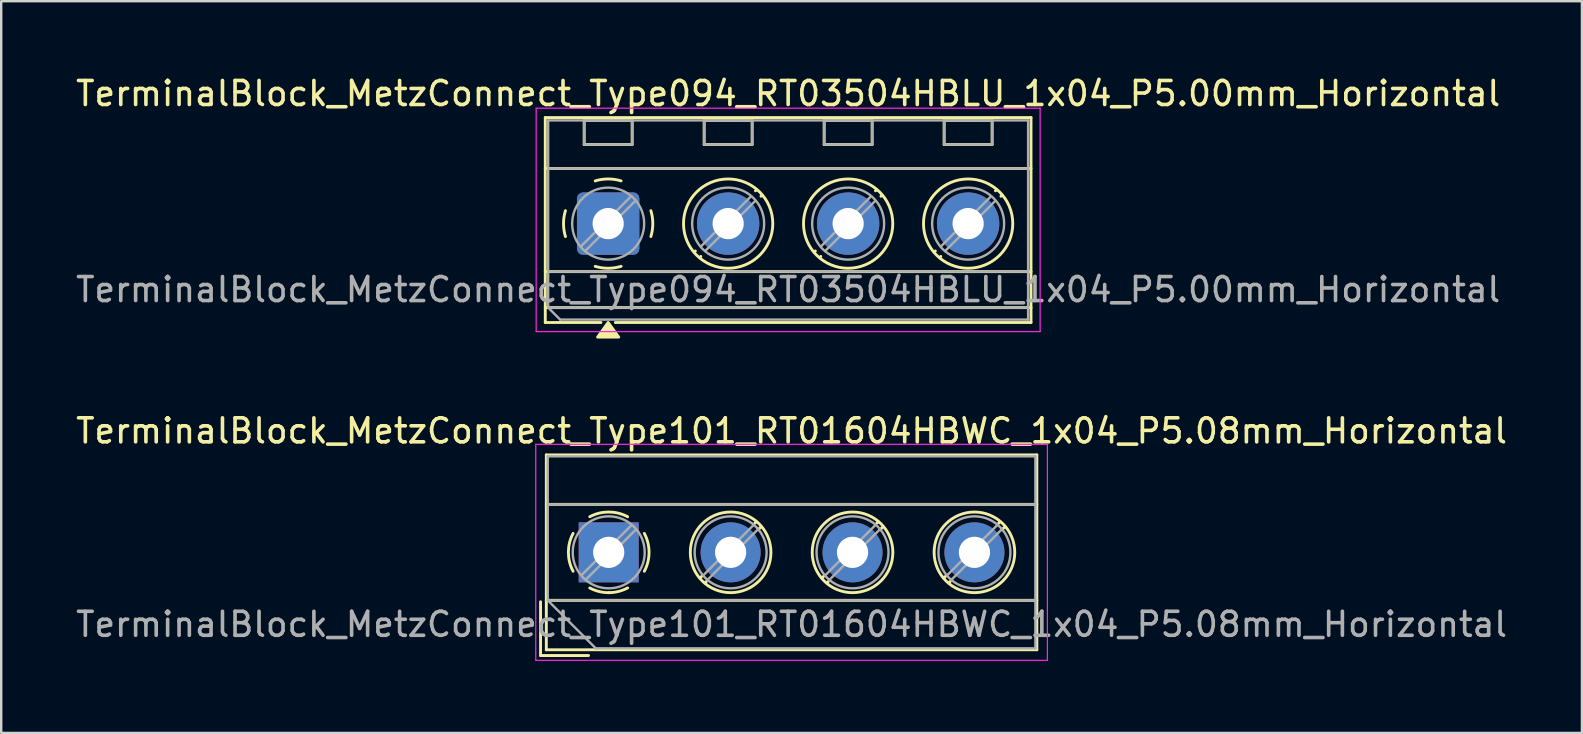
<source format=kicad_pcb>
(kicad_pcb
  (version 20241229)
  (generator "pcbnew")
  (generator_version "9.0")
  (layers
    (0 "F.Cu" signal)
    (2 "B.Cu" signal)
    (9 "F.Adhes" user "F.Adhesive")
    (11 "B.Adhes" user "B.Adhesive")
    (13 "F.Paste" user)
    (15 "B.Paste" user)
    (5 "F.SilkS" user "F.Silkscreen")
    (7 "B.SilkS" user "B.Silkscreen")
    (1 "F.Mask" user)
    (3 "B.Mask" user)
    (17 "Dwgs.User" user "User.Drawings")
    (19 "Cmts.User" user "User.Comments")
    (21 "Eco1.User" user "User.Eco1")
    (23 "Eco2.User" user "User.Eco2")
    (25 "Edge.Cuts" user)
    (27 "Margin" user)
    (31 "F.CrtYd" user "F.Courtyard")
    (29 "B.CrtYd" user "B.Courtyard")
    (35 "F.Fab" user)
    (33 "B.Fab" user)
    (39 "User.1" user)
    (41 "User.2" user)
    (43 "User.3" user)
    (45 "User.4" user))
  (footprint "TerminalBlock_MetzConnect_Type101_RT01604HBWC_1x04_P5.08mm_Horizontal"
    (layer "F.Cu")
    (at 22.315 19.966)
    (property "Reference" "TerminalBlock_MetzConnect_Type101_RT01604HBWC_1x04_P5.08mm_Horizontal" (at 7.62 -5.06 0) (layer "F.SilkS") (effects (font (size 1 1) (thickness 0.15))))
    (attr through_hole)
    (fp_line (start -2.84 2.06) (end -2.84 4.3) (stroke (width 0.12) (type solid)) (layer "F.SilkS"))
    (fp_line (start -2.84 4.3) (end -0.84 4.3) (stroke (width 0.12) (type solid)) (layer "F.SilkS"))
    (fp_line (start -2.6 -4.06) (end -2.6 4.06) (stroke (width 0.12) (type solid)) (layer "F.SilkS"))
    (fp_line (start -2.6 -4.06) (end 17.84 -4.06) (stroke (width 0.12) (type solid)) (layer "F.SilkS"))
    (fp_line (start -2.6 -2) (end 17.84 -2) (stroke (width 0.12) (type solid)) (layer "F.SilkS"))
    (fp_line (start -2.6 2) (end 17.84 2) (stroke (width 0.12) (type solid)) (layer "F.SilkS"))
    (fp_line (start -2.6 4.06) (end 17.84 4.06) (stroke (width 0.12) (type solid)) (layer "F.SilkS"))
    (fp_line (start 3.9 0.976) (end 3.806 1.069) (stroke (width 0.12) (type solid)) (layer "F.SilkS"))
    (fp_line (start 4.07 1.216) (end 4.011 1.274) (stroke (width 0.12) (type solid)) (layer "F.SilkS"))
    (fp_line (start 6.15 -1.275) (end 6.091 -1.216) (stroke (width 0.12) (type solid)) (layer "F.SilkS"))
    (fp_line (start 6.355 -1.069) (end 6.261 -0.976) (stroke (width 0.12) (type solid)) (layer "F.SilkS"))
    (fp_line (start 8.98 0.976) (end 8.886 1.069) (stroke (width 0.12) (type solid)) (layer "F.SilkS"))
    (fp_line (start 9.15 1.216) (end 9.091 1.274) (stroke (width 0.12) (type solid)) (layer "F.SilkS"))
    (fp_line (start 11.23 -1.275) (end 11.171 -1.216) (stroke (width 0.12) (type solid)) (layer "F.SilkS"))
    (fp_line (start 11.435 -1.069) (end 11.341 -0.976) (stroke (width 0.12) (type solid)) (layer "F.SilkS"))
    (fp_line (start 14.06 0.976) (end 13.966 1.069) (stroke (width 0.12) (type solid)) (layer "F.SilkS"))
    (fp_line (start 14.23 1.216) (end 14.171 1.274) (stroke (width 0.12) (type solid)) (layer "F.SilkS"))
    (fp_line (start 16.31 -1.275) (end 16.251 -1.216) (stroke (width 0.12) (type solid)) (layer "F.SilkS"))
    (fp_line (start 16.515 -1.069) (end 16.421 -0.976) (stroke (width 0.12) (type solid)) (layer "F.SilkS"))
    (fp_line (start 17.84 -4.06) (end 17.84 4.06) (stroke (width 0.12) (type solid)) (layer "F.SilkS"))
    (fp_arc (start -1.483953 0.789089) (mid -1.680708 0.00005) (end -1.484 -0.789) (stroke (width 0.12) (type solid)) (layer "F.SilkS"))
    (fp_arc (start -0.789089 -1.483953) (mid -0.00005 -1.680708) (end 0.789 -1.484) (stroke (width 0.12) (type solid)) (layer "F.SilkS"))
    (fp_arc (start 0.029383 1.68045) (mid -0.392304 1.634281) (end -0.789 1.484) (stroke (width 0.12) (type solid)) (layer "F.SilkS"))
    (fp_arc (start 0.788712 1.483352) (mid 0.406429 1.630097) (end 0 1.68) (stroke (width 0.12) (type solid)) (layer "F.SilkS"))
    (fp_arc (start 1.483953 -0.789089) (mid 1.680708 -0.00005) (end 1.484 0.789) (stroke (width 0.12) (type solid)) (layer "F.SilkS"))
    (fp_circle (center 5.08 0) (end 6.76 0) (stroke (width 0.12) (type solid)) (fill no) (layer "F.SilkS"))
    (fp_circle (center 10.16 0) (end 11.84 0) (stroke (width 0.12) (type solid)) (fill no) (layer "F.SilkS"))
    (fp_circle (center 15.24 0) (end 16.92 0) (stroke (width 0.12) (type solid)) (fill no) (layer "F.SilkS"))
    (fp_line (start -3.04 -4.5) (end -3.04 4.5) (stroke (width 0.05) (type solid)) (layer "F.CrtYd"))
    (fp_line (start -3.04 4.5) (end 18.28 4.5) (stroke (width 0.05) (type solid)) (layer "F.CrtYd"))
    (fp_line (start 18.28 -4.5) (end -3.04 -4.5) (stroke (width 0.05) (type solid)) (layer "F.CrtYd"))
    (fp_line (start 18.28 4.5) (end 18.28 -4.5) (stroke (width 0.05) (type solid)) (layer "F.CrtYd"))
    (fp_line (start -2.54 -4) (end 17.78 -4) (stroke (width 0.1) (type solid)) (layer "F.Fab"))
    (fp_line (start -2.54 -2) (end 17.78 -2) (stroke (width 0.1) (type solid)) (layer "F.Fab"))
    (fp_line (start -2.54 2) (end -2.54 -4) (stroke (width 0.1) (type solid)) (layer "F.Fab"))
    (fp_line (start -2.54 2) (end 17.78 2) (stroke (width 0.1) (type solid)) (layer "F.Fab"))
    (fp_line (start -0.54 4) (end -2.54 2) (stroke (width 0.1) (type solid)) (layer "F.Fab"))
    (fp_line (start 0.955 -1.138) (end -1.138 0.955) (stroke (width 0.1) (type solid)) (layer "F.Fab"))
    (fp_line (start 1.138 -0.955) (end -0.955 1.138) (stroke (width 0.1) (type solid)) (layer "F.Fab"))
    (fp_line (start 6.035 -1.138) (end 3.943 0.955) (stroke (width 0.1) (type solid)) (layer "F.Fab"))
    (fp_line (start 6.218 -0.955) (end 4.126 1.138) (stroke (width 0.1) (type solid)) (layer "F.Fab"))
    (fp_line (start 11.115 -1.138) (end 9.023 0.955) (stroke (width 0.1) (type solid)) (layer "F.Fab"))
    (fp_line (start 11.298 -0.955) (end 9.206 1.138) (stroke (width 0.1) (type solid)) (layer "F.Fab"))
    (fp_line (start 16.195 -1.138) (end 14.103 0.955) (stroke (width 0.1) (type solid)) (layer "F.Fab"))
    (fp_line (start 16.378 -0.955) (end 14.286 1.138) (stroke (width 0.1) (type solid)) (layer "F.Fab"))
    (fp_line (start 17.78 -4) (end 17.78 4) (stroke (width 0.1) (type solid)) (layer "F.Fab"))
    (fp_line (start 17.78 4) (end -0.54 4) (stroke (width 0.1) (type solid)) (layer "F.Fab"))
    (fp_circle (center 0 0) (end 1.5 0) (stroke (width 0.1) (type solid)) (fill no) (layer "F.Fab"))
    (fp_circle (center 5.08 0) (end 6.58 0) (stroke (width 0.1) (type solid)) (fill no) (layer "F.Fab"))
    (fp_circle (center 10.16 0) (end 11.66 0) (stroke (width 0.1) (type solid)) (fill no) (layer "F.Fab"))
    (fp_circle (center 15.24 0) (end 16.74 0) (stroke (width 0.1) (type solid)) (fill no) (layer "F.Fab"))
    (fp_text user "${REFERENCE}" (at 7.62 3 0) (layer "F.Fab") (effects (font (size 1 1) (thickness 0.15))))
    (pad "1" thru_hole rect (at 0 0) (size 2.5 2.5) (drill 1.3) (layers "*.Cu" "*.Mask"))
    (pad "2" thru_hole circle (at 5.08 0) (size 2.5 2.5) (drill 1.3) (layers "*.Cu" "*.Mask"))
    (pad "3" thru_hole circle (at 10.16 0) (size 2.5 2.5) (drill 1.3) (layers "*.Cu" "*.Mask"))
    (pad "4" thru_hole circle (at 15.24 0) (size 2.5 2.5) (drill 1.3) (layers "*.Cu" "*.Mask")))
  (footprint "TerminalBlock_MetzConnect_Type094_RT03504HBLU_1x04_P5.00mm_Horizontal"
    (layer "F.Cu")
    (at 22.292 6.268)
    (property "Reference" "TerminalBlock_MetzConnect_Type094_RT03504HBLU_1x04_P5.00mm_Horizontal" (at 7.5 -5.42 0) (layer "F.SilkS") (effects (font (size 1 1) (thickness 0.15))))
    (attr through_hole)
    (fp_line (start -2.62 -4.42) (end -2.62 4.12) (stroke (width 0.12) (type solid)) (layer "F.SilkS"))
    (fp_line (start -2.62 -4.42) (end 17.62 -4.42) (stroke (width 0.12) (type solid)) (layer "F.SilkS"))
    (fp_line (start -2.62 -2.3) (end 17.62 -2.3) (stroke (width 0.12) (type solid)) (layer "F.SilkS"))
    (fp_line (start -2.62 2) (end 17.62 2) (stroke (width 0.12) (type solid)) (layer "F.SilkS"))
    (fp_line (start -2.62 3.5) (end 17.62 3.5) (stroke (width 0.12) (type solid)) (layer "F.SilkS"))
    (fp_line (start -2.62 4.12) (end -0.3 4.12) (stroke (width 0.12) (type solid)) (layer "F.SilkS"))
    (fp_line (start -1 -4.3) (end -1 -3.3) (stroke (width 0.12) (type solid)) (layer "F.SilkS"))
    (fp_line (start -1 -4.3) (end 1 -4.3) (stroke (width 0.12) (type solid)) (layer "F.SilkS"))
    (fp_line (start -1 -3.3) (end 1 -3.3) (stroke (width 0.12) (type solid)) (layer "F.SilkS"))
    (fp_line (start 0.3 4.12) (end 17.62 4.12) (stroke (width 0.12) (type solid)) (layer "F.SilkS"))
    (fp_line (start 1 -4.3) (end 1 -3.3) (stroke (width 0.12) (type solid)) (layer "F.SilkS"))
    (fp_line (start 3.633 1.14) (end 3.589 1.183) (stroke (width 0.12) (type solid)) (layer "F.SilkS"))
    (fp_line (start 3.86 1.367) (end 3.816 1.41) (stroke (width 0.12) (type solid)) (layer "F.SilkS"))
    (fp_line (start 4 -4.3) (end 4 -3.3) (stroke (width 0.12) (type solid)) (layer "F.SilkS"))
    (fp_line (start 4 -4.3) (end 6 -4.3) (stroke (width 0.12) (type solid)) (layer "F.SilkS"))
    (fp_line (start 4 -3.3) (end 6 -3.3) (stroke (width 0.12) (type solid)) (layer "F.SilkS"))
    (fp_line (start 6 -4.3) (end 6 -3.3) (stroke (width 0.12) (type solid)) (layer "F.SilkS"))
    (fp_line (start 6.184 -1.411) (end 6.14 -1.367) (stroke (width 0.12) (type solid)) (layer "F.SilkS"))
    (fp_line (start 6.411 -1.184) (end 6.367 -1.14) (stroke (width 0.12) (type solid)) (layer "F.SilkS"))
    (fp_line (start 8.633 1.14) (end 8.589 1.183) (stroke (width 0.12) (type solid)) (layer "F.SilkS"))
    (fp_line (start 8.86 1.367) (end 8.816 1.41) (stroke (width 0.12) (type solid)) (layer "F.SilkS"))
    (fp_line (start 9 -4.3) (end 9 -3.3) (stroke (width 0.12) (type solid)) (layer "F.SilkS"))
    (fp_line (start 9 -4.3) (end 11 -4.3) (stroke (width 0.12) (type solid)) (layer "F.SilkS"))
    (fp_line (start 9 -3.3) (end 11 -3.3) (stroke (width 0.12) (type solid)) (layer "F.SilkS"))
    (fp_line (start 11 -4.3) (end 11 -3.3) (stroke (width 0.12) (type solid)) (layer "F.SilkS"))
    (fp_line (start 11.184 -1.411) (end 11.14 -1.367) (stroke (width 0.12) (type solid)) (layer "F.SilkS"))
    (fp_line (start 11.411 -1.184) (end 11.367 -1.14) (stroke (width 0.12) (type solid)) (layer "F.SilkS"))
    (fp_line (start 13.633 1.14) (end 13.589 1.183) (stroke (width 0.12) (type solid)) (layer "F.SilkS"))
    (fp_line (start 13.86 1.367) (end 13.816 1.41) (stroke (width 0.12) (type solid)) (layer "F.SilkS"))
    (fp_line (start 14 -4.3) (end 14 -3.3) (stroke (width 0.12) (type solid)) (layer "F.SilkS"))
    (fp_line (start 14 -4.3) (end 16 -4.3) (stroke (width 0.12) (type solid)) (layer "F.SilkS"))
    (fp_line (start 14 -3.3) (end 16 -3.3) (stroke (width 0.12) (type solid)) (layer "F.SilkS"))
    (fp_line (start 16 -4.3) (end 16 -3.3) (stroke (width 0.12) (type solid)) (layer "F.SilkS"))
    (fp_line (start 16.184 -1.411) (end 16.14 -1.367) (stroke (width 0.12) (type solid)) (layer "F.SilkS"))
    (fp_line (start 16.411 -1.184) (end 16.367 -1.14) (stroke (width 0.12) (type solid)) (layer "F.SilkS"))
    (fp_line (start 17.62 -4.42) (end 17.62 4.12) (stroke (width 0.12) (type solid)) (layer "F.SilkS"))
    (fp_arc (start -1.78 0.54) (mid -1.860107 0.000355) (end -1.780206 -0.539321) (stroke (width 0.12) (type solid)) (layer "F.SilkS"))
    (fp_arc (start -0.54 -1.78) (mid -0.000355 -1.860107) (end 0.539321 -1.780206) (stroke (width 0.12) (type solid)) (layer "F.SilkS"))
    (fp_arc (start 0.54 1.78) (mid 0.000355 1.860107) (end -0.539321 1.780206) (stroke (width 0.12) (type solid)) (layer "F.SilkS"))
    (fp_arc (start 1.78 -0.54) (mid 1.860107 -0.000355) (end 1.780206 0.539321) (stroke (width 0.12) (type solid)) (layer "F.SilkS"))
    (fp_circle (center 5 0) (end 6.86 0) (stroke (width 0.12) (type solid)) (fill no) (layer "F.SilkS"))
    (fp_circle (center 10 0) (end 11.86 0) (stroke (width 0.12) (type solid)) (fill no) (layer "F.SilkS"))
    (fp_circle (center 15 0) (end 16.86 0) (stroke (width 0.12) (type solid)) (fill no) (layer "F.SilkS"))
    (fp_poly (pts (xy 0 4.12) (xy 0.44 4.73) (xy -0.44 4.73)) (stroke (width 0.12) (type solid)) (fill yes) (layer "F.SilkS"))
    (fp_line (start -3 -4.81) (end -3 4.5) (stroke (width 0.05) (type solid)) (layer "F.CrtYd"))
    (fp_line (start -3 4.5) (end 18 4.5) (stroke (width 0.05) (type solid)) (layer "F.CrtYd"))
    (fp_line (start 18 -4.81) (end -3 -4.81) (stroke (width 0.05) (type solid)) (layer "F.CrtYd"))
    (fp_line (start 18 4.5) (end 18 -4.81) (stroke (width 0.05) (type solid)) (layer "F.CrtYd"))
    (fp_line (start -2.5 -4.3) (end 17.5 -4.3) (stroke (width 0.1) (type solid)) (layer "F.Fab"))
    (fp_line (start -2.5 -2.3) (end 17.5 -2.3) (stroke (width 0.1) (type solid)) (layer "F.Fab"))
    (fp_line (start -2.5 2) (end 17.5 2) (stroke (width 0.1) (type solid)) (layer "F.Fab"))
    (fp_line (start -2.5 3.5) (end -2.5 -4.3) (stroke (width 0.1) (type solid)) (layer "F.Fab"))
    (fp_line (start -2.5 3.5) (end 17.5 3.5) (stroke (width 0.1) (type solid)) (layer "F.Fab"))
    (fp_line (start -2 4) (end -2.5 3.5) (stroke (width 0.1) (type solid)) (layer "F.Fab"))
    (fp_line (start -1 -4.3) (end -1 -3.3) (stroke (width 0.1) (type solid)) (layer "F.Fab"))
    (fp_line (start -1 -3.3) (end 1 -3.3) (stroke (width 0.1) (type solid)) (layer "F.Fab"))
    (fp_line (start 0.955 -1.138) (end -1.138 0.954) (stroke (width 0.1) (type solid)) (layer "F.Fab"))
    (fp_line (start 1 -4.3) (end -1 -4.3) (stroke (width 0.1) (type solid)) (layer "F.Fab"))
    (fp_line (start 1 -3.3) (end 1 -4.3) (stroke (width 0.1) (type solid)) (layer "F.Fab"))
    (fp_line (start 1.138 -0.954) (end -0.955 1.137) (stroke (width 0.1) (type solid)) (layer "F.Fab"))
    (fp_line (start 4 -4.3) (end 4 -3.3) (stroke (width 0.1) (type solid)) (layer "F.Fab"))
    (fp_line (start 4 -3.3) (end 6 -3.3) (stroke (width 0.1) (type solid)) (layer "F.Fab"))
    (fp_line (start 5.955 -1.138) (end 3.862 0.954) (stroke (width 0.1) (type solid)) (layer "F.Fab"))
    (fp_line (start 6 -4.3) (end 4 -4.3) (stroke (width 0.1) (type solid)) (layer "F.Fab"))
    (fp_line (start 6 -3.3) (end 6 -4.3) (stroke (width 0.1) (type solid)) (layer "F.Fab"))
    (fp_line (start 6.138 -0.954) (end 4.045 1.137) (stroke (width 0.1) (type solid)) (layer "F.Fab"))
    (fp_line (start 9 -4.3) (end 9 -3.3) (stroke (width 0.1) (type solid)) (layer "F.Fab"))
    (fp_line (start 9 -3.3) (end 11 -3.3) (stroke (width 0.1) (type solid)) (layer "F.Fab"))
    (fp_line (start 10.955 -1.138) (end 8.862 0.954) (stroke (width 0.1) (type solid)) (layer "F.Fab"))
    (fp_line (start 11 -4.3) (end 9 -4.3) (stroke (width 0.1) (type solid)) (layer "F.Fab"))
    (fp_line (start 11 -3.3) (end 11 -4.3) (stroke (width 0.1) (type solid)) (layer "F.Fab"))
    (fp_line (start 11.138 -0.954) (end 9.045 1.137) (stroke (width 0.1) (type solid)) (layer "F.Fab"))
    (fp_line (start 14 -4.3) (end 14 -3.3) (stroke (width 0.1) (type solid)) (layer "F.Fab"))
    (fp_line (start 14 -3.3) (end 16 -3.3) (stroke (width 0.1) (type solid)) (layer "F.Fab"))
    (fp_line (start 15.955 -1.138) (end 13.862 0.954) (stroke (width 0.1) (type solid)) (layer "F.Fab"))
    (fp_line (start 16 -4.3) (end 14 -4.3) (stroke (width 0.1) (type solid)) (layer "F.Fab"))
    (fp_line (start 16 -3.3) (end 16 -4.3) (stroke (width 0.1) (type solid)) (layer "F.Fab"))
    (fp_line (start 16.138 -0.954) (end 14.045 1.137) (stroke (width 0.1) (type solid)) (layer "F.Fab"))
    (fp_line (start 17.5 -4.3) (end 17.5 4) (stroke (width 0.1) (type solid)) (layer "F.Fab"))
    (fp_line (start 17.5 4) (end -2 4) (stroke (width 0.1) (type solid)) (layer "F.Fab"))
    (fp_circle (center 0 0) (end 1.5 0) (stroke (width 0.1) (type solid)) (fill no) (layer "F.Fab"))
    (fp_circle (center 5 0) (end 6.5 0) (stroke (width 0.1) (type solid)) (fill no) (layer "F.Fab"))
    (fp_circle (center 10 0) (end 11.5 0) (stroke (width 0.1) (type solid)) (fill no) (layer "F.Fab"))
    (fp_circle (center 15 0) (end 16.5 0) (stroke (width 0.1) (type solid)) (fill no) (layer "F.Fab"))
    (fp_text user "${REFERENCE}" (at 7.5 2.75 0) (layer "F.Fab") (effects (font (size 1 1) (thickness 0.15))))
    (pad "1" thru_hole roundrect (at 0 0) (size 2.6 2.6) (drill 1.3) (layers "*.Cu" "*.Mask") (roundrect_rratio 0.096))
    (pad "2" thru_hole circle (at 5 0) (size 2.6 2.6) (drill 1.3) (layers "*.Cu" "*.Mask"))
    (pad "3" thru_hole circle (at 10 0) (size 2.6 2.6) (drill 1.3) (layers "*.Cu" "*.Mask"))
    (pad "4" thru_hole circle (at 15 0) (size 2.6 2.6) (drill 1.3) (layers "*.Cu" "*.Mask")))
  (gr_rect
    (start -3 -3)
    (end 62.869 27.491)
    (stroke (width 0.1) (type default))
    (fill no)
    (layer "Edge.Cuts")))
</source>
